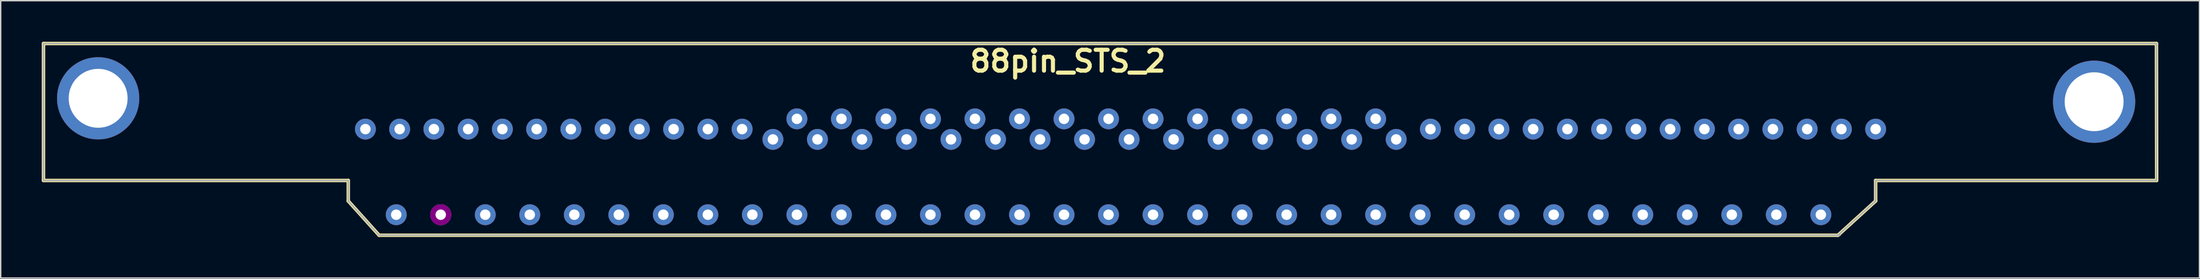
<source format=kicad_pcb>
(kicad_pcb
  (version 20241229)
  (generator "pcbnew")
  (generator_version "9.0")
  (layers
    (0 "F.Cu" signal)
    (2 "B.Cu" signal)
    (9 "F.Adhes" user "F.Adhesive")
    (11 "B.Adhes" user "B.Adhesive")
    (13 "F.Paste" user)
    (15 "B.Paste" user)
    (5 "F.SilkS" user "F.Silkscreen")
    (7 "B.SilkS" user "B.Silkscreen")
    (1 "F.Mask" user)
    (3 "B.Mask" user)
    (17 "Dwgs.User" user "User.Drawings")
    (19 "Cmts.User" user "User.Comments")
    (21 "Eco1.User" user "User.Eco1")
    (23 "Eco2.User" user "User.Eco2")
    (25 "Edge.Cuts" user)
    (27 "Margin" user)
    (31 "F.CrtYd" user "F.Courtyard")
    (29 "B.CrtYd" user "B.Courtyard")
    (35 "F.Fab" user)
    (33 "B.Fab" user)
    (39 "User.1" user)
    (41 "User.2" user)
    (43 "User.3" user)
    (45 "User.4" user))
  (footprint "88pin_STS_2"
    (layer "F.Cu")
    (at 23.625 6.378)
    (property "Reference" "88pin_STS_2" (at 51.28 -4.96 180) (layer "F.SilkS") (effects (font (size 1.524 1.524) (thickness 0.3))))
    (attr through_hole)
    (fp_line (start -23.5 -6.25) (end -23.5 3.75) (stroke (width 0.25) (type solid)) (layer "F.SilkS"))
    (fp_line (start -23.5 3.75) (end -1.25 3.75) (stroke (width 0.25) (type solid)) (layer "F.SilkS"))
    (fp_line (start -1.25 3.75) (end -1.25 5.25) (stroke (width 0.25) (type solid)) (layer "F.SilkS"))
    (fp_line (start -1.25 5.25) (end 1 7.75) (stroke (width 0.25) (type solid)) (layer "F.SilkS"))
    (fp_line (start 1 7.75) (end 107.5 7.75) (stroke (width 0.25) (type solid)) (layer "F.SilkS"))
    (fp_line (start 107.5 7.75) (end 110.25 5.25) (stroke (width 0.25) (type solid)) (layer "F.SilkS"))
    (fp_line (start 110.25 3.75) (end 130.765 3.75) (stroke (width 0.25) (type solid)) (layer "F.SilkS"))
    (fp_line (start 110.25 5.25) (end 110.25 3.75) (stroke (width 0.25) (type solid)) (layer "F.SilkS"))
    (fp_line (start 130.75 -6.25) (end -23.5 -6.25) (stroke (width 0.25) (type solid)) (layer "F.SilkS"))
    (fp_line (start 130.765 3.75) (end 130.75 -6.25) (stroke (width 0.25) (type solid)) (layer "F.SilkS"))
    (fp_line (start -23.5 -6.25) (end 130.75 -6.25) (stroke (width 0.12) (type solid)) (layer "F.Fab"))
    (fp_line (start -23.5 3.75) (end -23.5 -6.25) (stroke (width 0.12) (type solid)) (layer "F.Fab"))
    (fp_line (start -1.25 3.75) (end -23.5 3.75) (stroke (width 0.12) (type solid)) (layer "F.Fab"))
    (fp_line (start -1.25 5.25) (end -1.25 3.75) (stroke (width 0.12) (type solid)) (layer "F.Fab"))
    (fp_line (start 1 7.75) (end -1.25 5.25) (stroke (width 0.12) (type solid)) (layer "F.Fab"))
    (fp_line (start 107.5 7.75) (end 110.25 5.25) (stroke (width 0.12) (type solid)) (layer "F.Fab"))
    (fp_line (start 107.648 7.75) (end 1 7.75) (stroke (width 0.12) (type solid)) (layer "F.Fab"))
    (fp_line (start 110.25 3.75) (end 130.75 3.75) (stroke (width 0.12) (type solid)) (layer "F.Fab"))
    (fp_line (start 110.25 5.234) (end 110.25 3.75) (stroke (width 0.12) (type solid)) (layer "F.Fab"))
    (fp_line (start 130.75 3.75) (end 130.75 -6.25) (stroke (width 0.12) (type solid)) (layer "F.Fab"))
    (pad "" thru_hole circle (at -19.51 -2.25 180) (size 6 6) (drill 4.3) (layers "*.Cu" "*.Mask"))
    (pad "" thru_hole circle (at 126.2 -2 180) (size 6 6) (drill 4.3) (layers "*.Cu" "*.Mask"))
    (pad "1" thru_hole circle (at 0 0 180) (size 1.524 1.524) (drill 0.762) (layers "*.Cu" "*.Mask"))
    (pad "2" thru_hole circle (at 5 0 180) (size 1.524 1.524) (drill 0.762) (layers "*.Cu" "*.Mask"))
    (pad "3" thru_hole circle (at 10 0 180) (size 1.524 1.524) (drill 0.762) (layers "*.Cu" "*.Mask"))
    (pad "4" thru_hole circle (at 15 0 180) (size 1.524 1.524) (drill 0.762) (layers "*.Cu" "*.Mask"))
    (pad "5" thru_hole circle (at 20 0 180) (size 1.524 1.524) (drill 0.762) (layers "*.Cu" "*.Mask"))
    (pad "6" thru_hole circle (at 25 0 180) (size 1.524 1.524) (drill 0.762) (layers "*.Cu" "*.Mask"))
    (pad "7" thru_hole circle (at 29.75 0.75 180) (size 1.524 1.524) (drill 0.762) (layers "*.Cu" "*.Mask"))
    (pad "8" thru_hole circle (at 33 0.75 180) (size 1.524 1.524) (drill 0.762) (layers "*.Cu" "*.Mask"))
    (pad "9" thru_hole circle (at 36.25 0.75 180) (size 1.524 1.524) (drill 0.762) (layers "*.Cu" "*.Mask"))
    (pad "10" thru_hole circle (at 39.5 0.75 180) (size 1.524 1.524) (drill 0.762) (layers "*.Cu" "*.Mask"))
    (pad "11" thru_hole circle (at 42.75 0.75 180) (size 1.524 1.524) (drill 0.762) (layers "*.Cu" "*.Mask"))
    (pad "12" thru_hole circle (at 46 0.75 180) (size 1.524 1.524) (drill 0.762) (layers "*.Cu" "*.Mask"))
    (pad "13" thru_hole circle (at 49.25 0.75 180) (size 1.524 1.524) (drill 0.762) (layers "*.Cu" "*.Mask"))
    (pad "14" thru_hole circle (at 52.5 0.75 180) (size 1.524 1.524) (drill 0.762) (layers "*.Cu" "*.Mask"))
    (pad "15" thru_hole circle (at 55.75 0.75 180) (size 1.524 1.524) (drill 0.762) (layers "*.Cu" "*.Mask"))
    (pad "16" thru_hole circle (at 59 0.75 180) (size 1.524 1.524) (drill 0.762) (layers "*.Cu" "*.Mask"))
    (pad "17" thru_hole circle (at 62.25 0.75 180) (size 1.524 1.524) (drill 0.762) (layers "*.Cu" "*.Mask"))
    (pad "18" thru_hole circle (at 65.5 0.75 180) (size 1.524 1.524) (drill 0.762) (layers "*.Cu" "*.Mask"))
    (pad "19" thru_hole circle (at 68.75 0.75 180) (size 1.524 1.524) (drill 0.762) (layers "*.Cu" "*.Mask"))
    (pad "20" thru_hole circle (at 72 0.75 180) (size 1.524 1.524) (drill 0.762) (layers "*.Cu" "*.Mask"))
    (pad "21" thru_hole circle (at 75.25 0.75 180) (size 1.524 1.524) (drill 0.762) (layers "*.Cu" "*.Mask"))
    (pad "22" thru_hole circle (at 80.25 0 180) (size 1.524 1.524) (drill 0.762) (layers "*.Cu" "*.Mask"))
    (pad "23" thru_hole circle (at 85.25 0 180) (size 1.524 1.524) (drill 0.762) (layers "*.Cu" "*.Mask"))
    (pad "24" thru_hole circle (at 90.25 0 180) (size 1.524 1.524) (drill 0.762) (layers "*.Cu" "*.Mask"))
    (pad "25" thru_hole circle (at 95.25 0 180) (size 1.524 1.524) (drill 0.762) (layers "*.Cu" "*.Mask"))
    (pad "26" thru_hole circle (at 100.25 0 180) (size 1.524 1.524) (drill 0.762) (layers "*.Cu" "*.Mask"))
    (pad "27" thru_hole circle (at 105.25 0 180) (size 1.524 1.524) (drill 0.762) (layers "*.Cu" "*.Mask"))
    (pad "28" thru_hole circle (at 110.25 0 180) (size 1.524 1.524) (drill 0.762) (layers "*.Cu" "*.Mask"))
    (pad "29" thru_hole circle (at 2.5 0 180) (size 1.524 1.524) (drill 0.762) (layers "*.Cu" "*.Mask"))
    (pad "30" thru_hole circle (at 7.5 0 180) (size 1.524 1.524) (drill 0.762) (layers "*.Cu" "*.Mask"))
    (pad "31" thru_hole circle (at 12.5 0 180) (size 1.524 1.524) (drill 0.762) (layers "*.Cu" "*.Mask"))
    (pad "32" thru_hole circle (at 17.5 0 180) (size 1.524 1.524) (drill 0.762) (layers "*.Cu" "*.Mask"))
    (pad "33" thru_hole circle (at 22.5 0 180) (size 1.524 1.524) (drill 0.762) (layers "*.Cu" "*.Mask"))
    (pad "34" thru_hole circle (at 27.5 0 180) (size 1.524 1.524) (drill 0.762) (layers "*.Cu" "*.Mask"))
    (pad "35" thru_hole circle (at 31.5 -0.75 180) (size 1.524 1.524) (drill 0.762) (layers "*.Cu" "*.Mask"))
    (pad "36" thru_hole circle (at 34.75 -0.75 180) (size 1.524 1.524) (drill 0.762) (layers "*.Cu" "*.Mask"))
    (pad "37" thru_hole circle (at 38 -0.75 180) (size 1.524 1.524) (drill 0.762) (layers "*.Cu" "*.Mask"))
    (pad "38" thru_hole circle (at 41.25 -0.75 180) (size 1.524 1.524) (drill 0.762) (layers "*.Cu" "*.Mask"))
    (pad "39" thru_hole circle (at 44.5 -0.75 180) (size 1.524 1.524) (drill 0.762) (layers "*.Cu" "*.Mask"))
    (pad "40" thru_hole circle (at 47.75 -0.75 180) (size 1.524 1.524) (drill 0.762) (layers "*.Cu" "*.Mask" "B.Paste"))
    (pad "41" thru_hole circle (at 51 -0.75 180) (size 1.524 1.524) (drill 0.762) (layers "*.Cu" "*.Mask"))
    (pad "42" thru_hole circle (at 54.25 -0.75 180) (size 1.524 1.524) (drill 0.762) (layers "*.Cu" "*.Mask"))
    (pad "43" thru_hole circle (at 57.5 -0.75 180) (size 1.524 1.524) (drill 0.762) (layers "*.Cu" "*.Mask"))
    (pad "44" thru_hole circle (at 60.75 -0.75 180) (size 1.524 1.524) (drill 0.762) (layers "*.Cu" "*.Mask"))
    (pad "45" thru_hole circle (at 64 -0.75 180) (size 1.524 1.524) (drill 0.762) (layers "*.Cu" "*.Mask"))
    (pad "46" thru_hole circle (at 67.25 -0.75 180) (size 1.524 1.524) (drill 0.762) (layers "*.Cu" "*.Mask"))
    (pad "47" thru_hole circle (at 70.5 -0.75 180) (size 1.524 1.524) (drill 0.762) (layers "*.Cu" "*.Mask"))
    (pad "48" thru_hole circle (at 73.75 -0.75 180) (size 1.524 1.524) (drill 0.762) (layers "*.Cu" "*.Mask"))
    (pad "49" thru_hole circle (at 77.75 0 180) (size 1.524 1.524) (drill 0.762) (layers "*.Cu" "*.Mask"))
    (pad "50" thru_hole circle (at 82.75 0 180) (size 1.524 1.524) (drill 0.762) (layers "*.Cu" "*.Mask"))
    (pad "51" thru_hole circle (at 87.75 0 180) (size 1.524 1.524) (drill 0.762) (layers "*.Cu" "*.Mask"))
    (pad "52" thru_hole circle (at 92.75 0 180) (size 1.524 1.524) (drill 0.762) (layers "*.Cu" "*.Mask"))
    (pad "53" thru_hole circle (at 97.75 0 180) (size 1.524 1.524) (drill 0.762) (layers "*.Cu" "*.Mask"))
    (pad "54" thru_hole circle (at 102.75 0 180) (size 1.524 1.524) (drill 0.762) (layers "*.Cu" "*.Mask"))
    (pad "55" thru_hole circle (at 107.75 0 180) (size 1.524 1.524) (drill 0.762) (layers "*.Cu" "*.Mask"))
    (pad "56" thru_hole circle (at 2.25 6.25 180) (size 1.524 1.524) (drill 0.762) (layers "*.Cu" "*.Mask"))
    (pad "57" thru_hole circle (at 5.5 6.25 180) (size 1.524 1.524) (drill 0.762) (layers "*.Cu" "*.Mask" "F.Adhes"))
    (pad "58" thru_hole circle (at 8.75 6.25 180) (size 1.524 1.524) (drill 0.762) (layers "*.Cu" "*.Mask"))
    (pad "59" thru_hole circle (at 12 6.25 180) (size 1.524 1.524) (drill 0.762) (layers "*.Cu" "*.Mask"))
    (pad "60" thru_hole circle (at 15.25 6.25 180) (size 1.524 1.524) (drill 0.762) (layers "*.Cu" "*.Mask"))
    (pad "61" thru_hole circle (at 18.5 6.25 180) (size 1.524 1.524) (drill 0.762) (layers "*.Cu" "*.Mask"))
    (pad "62" thru_hole circle (at 21.75 6.25 180) (size 1.524 1.524) (drill 0.762) (layers "*.Cu" "*.Mask"))
    (pad "63" thru_hole circle (at 25 6.25 180) (size 1.524 1.524) (drill 0.762) (layers "*.Cu" "*.Mask"))
    (pad "64" thru_hole circle (at 28.25 6.25 180) (size 1.524 1.524) (drill 0.762) (layers "*.Cu" "*.Mask"))
    (pad "65" thru_hole circle (at 31.5 6.25 180) (size 1.524 1.524) (drill 0.762) (layers "*.Cu" "*.Mask"))
    (pad "66" thru_hole circle (at 34.75 6.25 180) (size 1.524 1.524) (drill 0.762) (layers "*.Cu" "*.Mask"))
    (pad "67" thru_hole circle (at 38 6.25 180) (size 1.524 1.524) (drill 0.762) (layers "*.Cu" "*.Mask"))
    (pad "68" thru_hole circle (at 41.25 6.25 180) (size 1.524 1.524) (drill 0.762) (layers "*.Cu" "*.Mask"))
    (pad "69" thru_hole circle (at 44.5 6.25 180) (size 1.524 1.524) (drill 0.762) (layers "*.Cu" "*.Mask"))
    (pad "70" thru_hole circle (at 47.75 6.25 180) (size 1.524 1.524) (drill 0.762) (layers "*.Cu" "*.Mask"))
    (pad "71" thru_hole circle (at 51 6.25 180) (size 1.524 1.524) (drill 0.762) (layers "*.Cu" "*.Mask"))
    (pad "72" thru_hole circle (at 54.25 6.25 180) (size 1.524 1.524) (drill 0.762) (layers "*.Cu" "*.Mask"))
    (pad "73" thru_hole circle (at 57.5 6.25 180) (size 1.524 1.524) (drill 0.762) (layers "*.Cu" "*.Mask"))
    (pad "74" thru_hole circle (at 60.75 6.25 180) (size 1.524 1.524) (drill 0.762) (layers "*.Cu" "*.Mask"))
    (pad "75" thru_hole circle (at 64 6.25 180) (size 1.524 1.524) (drill 0.762) (layers "*.Cu" "*.Mask"))
    (pad "76" thru_hole circle (at 67.25 6.25 180) (size 1.524 1.524) (drill 0.762) (layers "*.Cu" "*.Mask"))
    (pad "77" thru_hole circle (at 70.5 6.25 180) (size 1.524 1.524) (drill 0.762) (layers "*.Cu" "*.Mask"))
    (pad "78" thru_hole circle (at 73.75 6.25 180) (size 1.524 1.524) (drill 0.762) (layers "*.Cu" "*.Mask"))
    (pad "79" thru_hole circle (at 77 6.25 180) (size 1.524 1.524) (drill 0.762) (layers "*.Cu" "*.Mask"))
    (pad "80" thru_hole circle (at 80.25 6.25 180) (size 1.524 1.524) (drill 0.762) (layers "*.Cu" "*.Mask"))
    (pad "81" thru_hole circle (at 83.5 6.25 180) (size 1.524 1.524) (drill 0.762) (layers "*.Cu" "*.Mask"))
    (pad "82" thru_hole circle (at 86.75 6.25 180) (size 1.524 1.524) (drill 0.762) (layers "*.Cu" "*.Mask"))
    (pad "83" thru_hole circle (at 90 6.25 180) (size 1.524 1.524) (drill 0.762) (layers "*.Cu" "*.Mask"))
    (pad "84" thru_hole circle (at 93.25 6.25 180) (size 1.524 1.524) (drill 0.762) (layers "*.Cu" "*.Mask"))
    (pad "85" thru_hole circle (at 96.5 6.25 180) (size 1.524 1.524) (drill 0.762) (layers "*.Cu" "*.Mask"))
    (pad "86" thru_hole circle (at 99.75 6.25 180) (size 1.524 1.524) (drill 0.762) (layers "*.Cu" "*.Mask"))
    (pad "87" thru_hole circle (at 103 6.25 180) (size 1.524 1.524) (drill 0.762) (layers "*.Cu" "*.Mask"))
    (pad "88" thru_hole circle (at 106.25 6.25 180) (size 1.524 1.524) (drill 0.762) (layers "*.Cu" "*.Mask")))
  (gr_rect
    (start -3 -3)
    (end 157.515 17.253)
    (stroke (width 0.1) (type default))
    (fill no)
    (layer "Edge.Cuts")))
</source>
